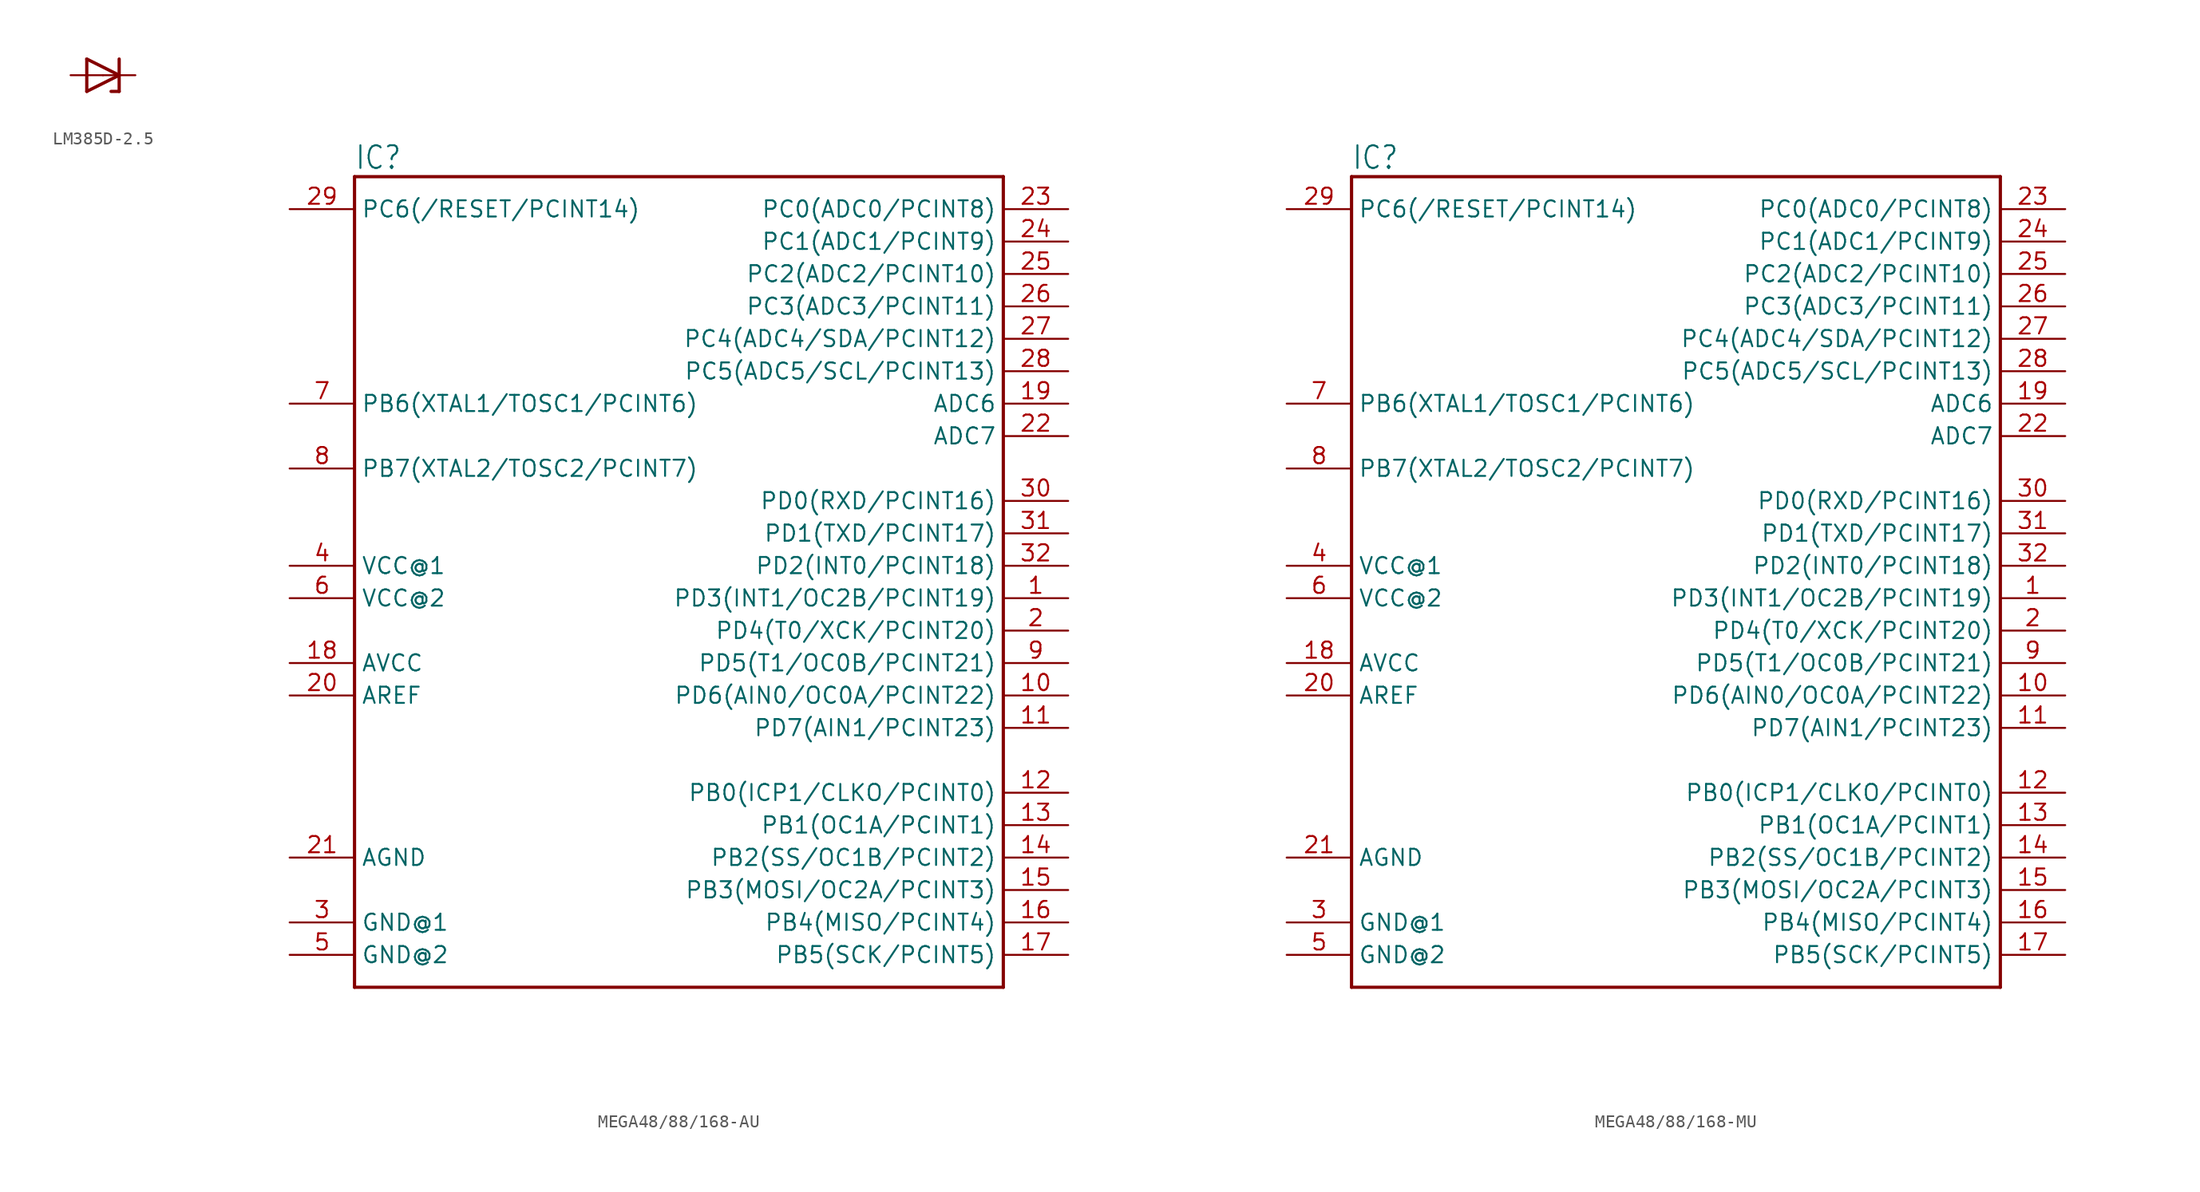
<source format=kicad_sym>
(kicad_symbol_lib
  (version 20231120)
  (generator "kicad_symbol_editor")
  (generator_version "8.0")
  (symbol "LM385D-2.5"
    (property "Reference" ""
      (at -1.778 1.905 0)
      (effects (font (size 1.778 1.511)) (justify left bottom) (hide yes)))
    (property "Value" ""
      (at -1.778 -3.429 0)
      (effects (font (size 1.778 1.511)) (justify left bottom)))
    (property "ki_locked" ""
      (at 0 0 0)
      (effects (font (size 1.27 1.27))))
    (symbol "LM385D-2.5_1_0"
      (polyline (pts (xy -1.27 -1.27) (xy 1.27 0)) (stroke (width 0.254) (type solid)) (fill (type none)))
      (polyline (pts (xy -1.27 1.27) (xy -1.27 -1.27)) (stroke (width 0.254) (type solid)) (fill (type none)))
      (polyline (pts (xy 1.27 -1.27) (xy 0.635 -1.27)) (stroke (width 0.254) (type solid)) (fill (type none)))
      (polyline (pts (xy 1.27 0) (xy -1.27 1.27)) (stroke (width 0.254) (type solid)) (fill (type none)))
      (polyline (pts (xy 1.27 0) (xy 1.27 -1.27)) (stroke (width 0.254) (type solid)) (fill (type none)))
      (polyline (pts (xy 1.27 1.27) (xy 1.27 0)) (stroke (width 0.254) (type solid)) (fill (type none)))
      (pin passive line (at -2.54 0 0) (length 2.54) (name "A" (effects (font (size 0 0)))) (number "4" (effects (font (size 0 0)))))
      (pin passive line (at 2.54 0 180) (length 2.54) (name "C" (effects (font (size 0 0)))) (number "8" (effects (font (size 0 0)))))))
  (symbol "MEGA48/88/168-AU"
    (property "Reference" "IC"
      (at -25.4 33.02 0)
      (effects (font (size 1.778 1.511)) (justify left top)))
    (property "Value" ""
      (at -25.4 -35.56 0)
      (effects (font (size 1.778 1.511)) (justify left bottom)))
    (property "ki_locked" ""
      (at 0 0 0)
      (effects (font (size 1.27 1.27))))
    (symbol "MEGA48/88/168-AU_1_0"
      (polyline (pts (xy -25.4 -33.02) (xy -25.4 30.48)) (stroke (width 0.254) (type solid)) (fill (type none)))
      (polyline (pts (xy -25.4 30.48) (xy 25.4 30.48)) (stroke (width 0.254) (type solid)) (fill (type none)))
      (polyline (pts (xy 25.4 -33.02) (xy -25.4 -33.02)) (stroke (width 0.254) (type solid)) (fill (type none)))
      (polyline (pts (xy 25.4 30.48) (xy 25.4 -33.02)) (stroke (width 0.254) (type solid)) (fill (type none)))
      (pin bidirectional line (at 30.48 -2.54 180) (length 5.08) (name "PD3(INT1/OC2B/PCINT19)" (effects (font (size 1.27 1.27)))) (number "1" (effects (font (size 1.27 1.27)))))
      (pin bidirectional line (at 30.48 -10.16 180) (length 5.08) (name "PD6(AIN0/OC0A/PCINT22)" (effects (font (size 1.27 1.27)))) (number "10" (effects (font (size 1.27 1.27)))))
      (pin bidirectional line (at 30.48 -12.7 180) (length 5.08) (name "PD7(AIN1/PCINT23)" (effects (font (size 1.27 1.27)))) (number "11" (effects (font (size 1.27 1.27)))))
      (pin bidirectional line (at 30.48 -17.78 180) (length 5.08) (name "PB0(ICP1/CLKO/PCINT0)" (effects (font (size 1.27 1.27)))) (number "12" (effects (font (size 1.27 1.27)))))
      (pin bidirectional line (at 30.48 -20.32 180) (length 5.08) (name "PB1(OC1A/PCINT1)" (effects (font (size 1.27 1.27)))) (number "13" (effects (font (size 1.27 1.27)))))
      (pin bidirectional line (at 30.48 -22.86 180) (length 5.08) (name "PB2(SS/OC1B/PCINT2)" (effects (font (size 1.27 1.27)))) (number "14" (effects (font (size 1.27 1.27)))))
      (pin bidirectional line (at 30.48 -25.4 180) (length 5.08) (name "PB3(MOSI/OC2A/PCINT3)" (effects (font (size 1.27 1.27)))) (number "15" (effects (font (size 1.27 1.27)))))
      (pin bidirectional line (at 30.48 -27.94 180) (length 5.08) (name "PB4(MISO/PCINT4)" (effects (font (size 1.27 1.27)))) (number "16" (effects (font (size 1.27 1.27)))))
      (pin bidirectional line (at 30.48 -30.48 180) (length 5.08) (name "PB5(SCK/PCINT5)" (effects (font (size 1.27 1.27)))) (number "17" (effects (font (size 1.27 1.27)))))
      (pin passive line (at -30.48 -7.62 0) (length 5.08) (name "AVCC" (effects (font (size 1.27 1.27)))) (number "18" (effects (font (size 1.27 1.27)))))
      (pin passive line (at 30.48 12.7 180) (length 5.08) (name "ADC6" (effects (font (size 1.27 1.27)))) (number "19" (effects (font (size 1.27 1.27)))))
      (pin bidirectional line (at 30.48 -5.08 180) (length 5.08) (name "PD4(T0/XCK/PCINT20)" (effects (font (size 1.27 1.27)))) (number "2" (effects (font (size 1.27 1.27)))))
      (pin passive line (at -30.48 -10.16 0) (length 5.08) (name "AREF" (effects (font (size 1.27 1.27)))) (number "20" (effects (font (size 1.27 1.27)))))
      (pin power_in line (at -30.48 -22.86 0) (length 5.08) (name "AGND" (effects (font (size 1.27 1.27)))) (number "21" (effects (font (size 1.27 1.27)))))
      (pin passive line (at 30.48 10.16 180) (length 5.08) (name "ADC7" (effects (font (size 1.27 1.27)))) (number "22" (effects (font (size 1.27 1.27)))))
      (pin bidirectional line (at 30.48 27.94 180) (length 5.08) (name "PC0(ADC0/PCINT8)" (effects (font (size 1.27 1.27)))) (number "23" (effects (font (size 1.27 1.27)))))
      (pin bidirectional line (at 30.48 25.4 180) (length 5.08) (name "PC1(ADC1/PCINT9)" (effects (font (size 1.27 1.27)))) (number "24" (effects (font (size 1.27 1.27)))))
      (pin bidirectional line (at 30.48 22.86 180) (length 5.08) (name "PC2(ADC2/PCINT10)" (effects (font (size 1.27 1.27)))) (number "25" (effects (font (size 1.27 1.27)))))
      (pin bidirectional line (at 30.48 20.32 180) (length 5.08) (name "PC3(ADC3/PCINT11)" (effects (font (size 1.27 1.27)))) (number "26" (effects (font (size 1.27 1.27)))))
      (pin bidirectional line (at 30.48 17.78 180) (length 5.08) (name "PC4(ADC4/SDA/PCINT12)" (effects (font (size 1.27 1.27)))) (number "27" (effects (font (size 1.27 1.27)))))
      (pin bidirectional line (at 30.48 15.24 180) (length 5.08) (name "PC5(ADC5/SCL/PCINT13)" (effects (font (size 1.27 1.27)))) (number "28" (effects (font (size 1.27 1.27)))))
      (pin bidirectional line (at -30.48 27.94 0) (length 5.08) (name "PC6(/RESET/PCINT14)" (effects (font (size 1.27 1.27)))) (number "29" (effects (font (size 1.27 1.27)))))
      (pin power_in line (at -30.48 -27.94 0) (length 5.08) (name "GND@1" (effects (font (size 1.27 1.27)))) (number "3" (effects (font (size 1.27 1.27)))))
      (pin bidirectional line (at 30.48 5.08 180) (length 5.08) (name "PD0(RXD/PCINT16)" (effects (font (size 1.27 1.27)))) (number "30" (effects (font (size 1.27 1.27)))))
      (pin bidirectional line (at 30.48 2.54 180) (length 5.08) (name "PD1(TXD/PCINT17)" (effects (font (size 1.27 1.27)))) (number "31" (effects (font (size 1.27 1.27)))))
      (pin bidirectional line (at 30.48 0 180) (length 5.08) (name "PD2(INT0/PCINT18)" (effects (font (size 1.27 1.27)))) (number "32" (effects (font (size 1.27 1.27)))))
      (pin power_in line (at -30.48 0 0) (length 5.08) (name "VCC@1" (effects (font (size 1.27 1.27)))) (number "4" (effects (font (size 1.27 1.27)))))
      (pin power_in line (at -30.48 -30.48 0) (length 5.08) (name "GND@2" (effects (font (size 1.27 1.27)))) (number "5" (effects (font (size 1.27 1.27)))))
      (pin power_in line (at -30.48 -2.54 0) (length 5.08) (name "VCC@2" (effects (font (size 1.27 1.27)))) (number "6" (effects (font (size 1.27 1.27)))))
      (pin bidirectional line (at -30.48 12.7 0) (length 5.08) (name "PB6(XTAL1/TOSC1/PCINT6)" (effects (font (size 1.27 1.27)))) (number "7" (effects (font (size 1.27 1.27)))))
      (pin bidirectional line (at -30.48 7.62 0) (length 5.08) (name "PB7(XTAL2/TOSC2/PCINT7)" (effects (font (size 1.27 1.27)))) (number "8" (effects (font (size 1.27 1.27)))))
      (pin bidirectional line (at 30.48 -7.62 180) (length 5.08) (name "PD5(T1/OC0B/PCINT21)" (effects (font (size 1.27 1.27)))) (number "9" (effects (font (size 1.27 1.27)))))))
  (symbol "MEGA48/88/168-MU"
    (property "Reference" "IC"
      (at -25.4 33.02 0)
      (effects (font (size 1.778 1.511)) (justify left top)))
    (property "Value" ""
      (at -25.4 -35.56 0)
      (effects (font (size 1.778 1.511)) (justify left bottom)))
    (property "ki_locked" ""
      (at 0 0 0)
      (effects (font (size 1.27 1.27))))
    (symbol "MEGA48/88/168-MU_1_0"
      (polyline (pts (xy -25.4 -33.02) (xy -25.4 30.48)) (stroke (width 0.254) (type solid)) (fill (type none)))
      (polyline (pts (xy -25.4 30.48) (xy 25.4 30.48)) (stroke (width 0.254) (type solid)) (fill (type none)))
      (polyline (pts (xy 25.4 -33.02) (xy -25.4 -33.02)) (stroke (width 0.254) (type solid)) (fill (type none)))
      (polyline (pts (xy 25.4 30.48) (xy 25.4 -33.02)) (stroke (width 0.254) (type solid)) (fill (type none)))
      (pin bidirectional line (at 30.48 -2.54 180) (length 5.08) (name "PD3(INT1/OC2B/PCINT19)" (effects (font (size 1.27 1.27)))) (number "1" (effects (font (size 1.27 1.27)))))
      (pin bidirectional line (at 30.48 -10.16 180) (length 5.08) (name "PD6(AIN0/OC0A/PCINT22)" (effects (font (size 1.27 1.27)))) (number "10" (effects (font (size 1.27 1.27)))))
      (pin bidirectional line (at 30.48 -12.7 180) (length 5.08) (name "PD7(AIN1/PCINT23)" (effects (font (size 1.27 1.27)))) (number "11" (effects (font (size 1.27 1.27)))))
      (pin bidirectional line (at 30.48 -17.78 180) (length 5.08) (name "PB0(ICP1/CLKO/PCINT0)" (effects (font (size 1.27 1.27)))) (number "12" (effects (font (size 1.27 1.27)))))
      (pin bidirectional line (at 30.48 -20.32 180) (length 5.08) (name "PB1(OC1A/PCINT1)" (effects (font (size 1.27 1.27)))) (number "13" (effects (font (size 1.27 1.27)))))
      (pin bidirectional line (at 30.48 -22.86 180) (length 5.08) (name "PB2(SS/OC1B/PCINT2)" (effects (font (size 1.27 1.27)))) (number "14" (effects (font (size 1.27 1.27)))))
      (pin bidirectional line (at 30.48 -25.4 180) (length 5.08) (name "PB3(MOSI/OC2A/PCINT3)" (effects (font (size 1.27 1.27)))) (number "15" (effects (font (size 1.27 1.27)))))
      (pin bidirectional line (at 30.48 -27.94 180) (length 5.08) (name "PB4(MISO/PCINT4)" (effects (font (size 1.27 1.27)))) (number "16" (effects (font (size 1.27 1.27)))))
      (pin bidirectional line (at 30.48 -30.48 180) (length 5.08) (name "PB5(SCK/PCINT5)" (effects (font (size 1.27 1.27)))) (number "17" (effects (font (size 1.27 1.27)))))
      (pin passive line (at -30.48 -7.62 0) (length 5.08) (name "AVCC" (effects (font (size 1.27 1.27)))) (number "18" (effects (font (size 1.27 1.27)))))
      (pin passive line (at 30.48 12.7 180) (length 5.08) (name "ADC6" (effects (font (size 1.27 1.27)))) (number "19" (effects (font (size 1.27 1.27)))))
      (pin bidirectional line (at 30.48 -5.08 180) (length 5.08) (name "PD4(T0/XCK/PCINT20)" (effects (font (size 1.27 1.27)))) (number "2" (effects (font (size 1.27 1.27)))))
      (pin passive line (at -30.48 -10.16 0) (length 5.08) (name "AREF" (effects (font (size 1.27 1.27)))) (number "20" (effects (font (size 1.27 1.27)))))
      (pin power_in line (at -30.48 -22.86 0) (length 5.08) (name "AGND" (effects (font (size 1.27 1.27)))) (number "21" (effects (font (size 1.27 1.27)))))
      (pin passive line (at 30.48 10.16 180) (length 5.08) (name "ADC7" (effects (font (size 1.27 1.27)))) (number "22" (effects (font (size 1.27 1.27)))))
      (pin bidirectional line (at 30.48 27.94 180) (length 5.08) (name "PC0(ADC0/PCINT8)" (effects (font (size 1.27 1.27)))) (number "23" (effects (font (size 1.27 1.27)))))
      (pin bidirectional line (at 30.48 25.4 180) (length 5.08) (name "PC1(ADC1/PCINT9)" (effects (font (size 1.27 1.27)))) (number "24" (effects (font (size 1.27 1.27)))))
      (pin bidirectional line (at 30.48 22.86 180) (length 5.08) (name "PC2(ADC2/PCINT10)" (effects (font (size 1.27 1.27)))) (number "25" (effects (font (size 1.27 1.27)))))
      (pin bidirectional line (at 30.48 20.32 180) (length 5.08) (name "PC3(ADC3/PCINT11)" (effects (font (size 1.27 1.27)))) (number "26" (effects (font (size 1.27 1.27)))))
      (pin bidirectional line (at 30.48 17.78 180) (length 5.08) (name "PC4(ADC4/SDA/PCINT12)" (effects (font (size 1.27 1.27)))) (number "27" (effects (font (size 1.27 1.27)))))
      (pin bidirectional line (at 30.48 15.24 180) (length 5.08) (name "PC5(ADC5/SCL/PCINT13)" (effects (font (size 1.27 1.27)))) (number "28" (effects (font (size 1.27 1.27)))))
      (pin bidirectional line (at -30.48 27.94 0) (length 5.08) (name "PC6(/RESET/PCINT14)" (effects (font (size 1.27 1.27)))) (number "29" (effects (font (size 1.27 1.27)))))
      (pin power_in line (at -30.48 -27.94 0) (length 5.08) (name "GND@1" (effects (font (size 1.27 1.27)))) (number "3" (effects (font (size 1.27 1.27)))))
      (pin bidirectional line (at 30.48 5.08 180) (length 5.08) (name "PD0(RXD/PCINT16)" (effects (font (size 1.27 1.27)))) (number "30" (effects (font (size 1.27 1.27)))))
      (pin bidirectional line (at 30.48 2.54 180) (length 5.08) (name "PD1(TXD/PCINT17)" (effects (font (size 1.27 1.27)))) (number "31" (effects (font (size 1.27 1.27)))))
      (pin bidirectional line (at 30.48 0 180) (length 5.08) (name "PD2(INT0/PCINT18)" (effects (font (size 1.27 1.27)))) (number "32" (effects (font (size 1.27 1.27)))))
      (pin power_in line (at -30.48 0 0) (length 5.08) (name "VCC@1" (effects (font (size 1.27 1.27)))) (number "4" (effects (font (size 1.27 1.27)))))
      (pin power_in line (at -30.48 -30.48 0) (length 5.08) (name "GND@2" (effects (font (size 1.27 1.27)))) (number "5" (effects (font (size 1.27 1.27)))))
      (pin power_in line (at -30.48 -2.54 0) (length 5.08) (name "VCC@2" (effects (font (size 1.27 1.27)))) (number "6" (effects (font (size 1.27 1.27)))))
      (pin bidirectional line (at -30.48 12.7 0) (length 5.08) (name "PB6(XTAL1/TOSC1/PCINT6)" (effects (font (size 1.27 1.27)))) (number "7" (effects (font (size 1.27 1.27)))))
      (pin bidirectional line (at -30.48 7.62 0) (length 5.08) (name "PB7(XTAL2/TOSC2/PCINT7)" (effects (font (size 1.27 1.27)))) (number "8" (effects (font (size 1.27 1.27)))))
      (pin bidirectional line (at 30.48 -7.62 180) (length 5.08) (name "PD5(T1/OC0B/PCINT21)" (effects (font (size 1.27 1.27)))) (number "9" (effects (font (size 1.27 1.27))))))))
</source>
